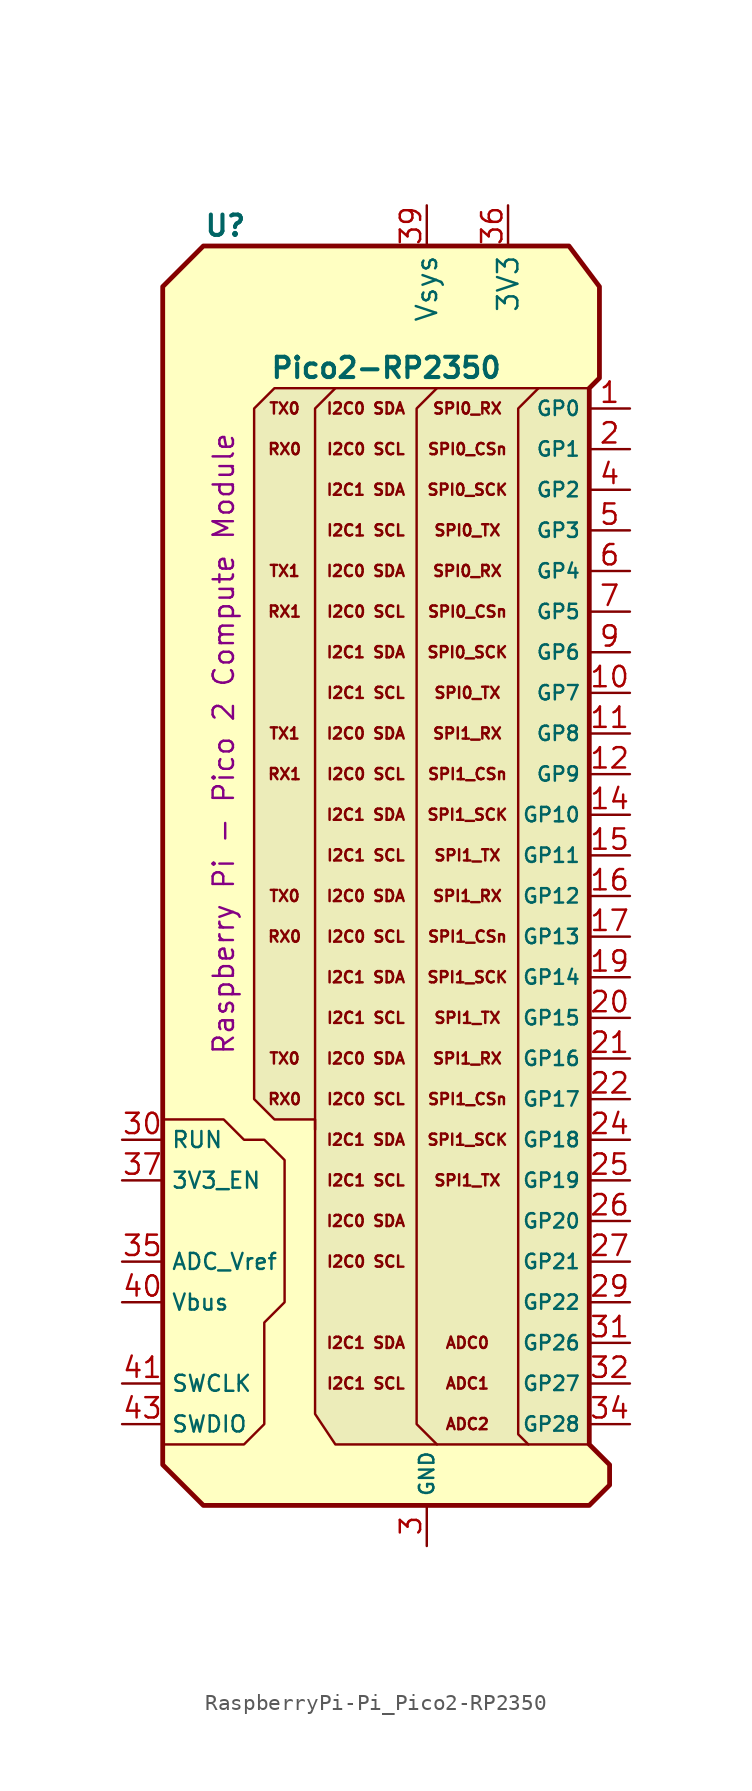
<source format=kicad_sym>
(kicad_symbol_lib
  (version 20241209)
  (generator "kicad_symbol_editor")
  (generator_version "9.0")
  (symbol "RaspberryPi-Pi_Pico2-RP2350"
    (property "Reference" "U"
      (at -13.97 24.13 0)
      (do_not_autoplace)
      (effects (font (size 1.27 1.27) (thickness 0.254) (bold yes)) (justify left)))
    (property "Value" "Pico2-RP2350"
      (at -2.54 15.24 0)
      (do_not_autoplace)
      (effects (font (size 1.27 1.27) (thickness 0.254) (bold yes))))
    (property "Description" "Raspberry Pi - Pico 2 Compute Module"
      (at -12.7 -8.255 90)
      (do_not_autoplace)
      (effects (font (size 1.27 1.27))))
    (symbol "RaspberryPi-Pi_Pico2-RP2350_0_1"
      (polyline (pts (xy -16.51 -52.07) (xy -11.43 -52.07) (xy -10.16 -50.8) (xy -10.16 -44.45) (xy -8.89 -43.18) (xy -8.89 -34.29) (xy -10.16 -33.02) (xy -11.43 -33.02) (xy -12.7 -31.75) (xy -16.51 -31.75)) (stroke (width 0) (type default)) (fill (type color) (color 194 194 194 0.32))))
    (symbol "RaspberryPi-Pi_Pico2-RP2350_1_1"
      (polyline (pts (xy -16.51 -53.34) (xy -13.97 -55.88) (xy 10.16 -55.88) (xy 11.43 -54.61) (xy 11.43 -53.34) (xy 10.16 -52.07) (xy 10.16 13.97) (xy 10.795 14.605) (xy 10.795 20.32) (xy 8.89 22.86) (xy -13.97 22.86) (xy -16.51 20.32) (xy -16.51 -53.34)) (stroke (width 0.3) (type solid)) (fill (type background)))
      (polyline (pts (xy -5.715 13.97) (xy -6.985 12.7) (xy -6.985 -30.48) (xy -6.985 -32.385)) (stroke (width 0) (type default)) (fill (type none)))
      (polyline (pts (xy 0.635 13.97) (xy -0.635 12.7) (xy -0.635 -50.8) (xy 0.635 -52.07)) (stroke (width 0) (type default)) (fill (type none)))
      (polyline (pts (xy 6.985 13.97) (xy 5.715 12.7) (xy 5.715 -51.435) (xy 6.35 -52.07)) (stroke (width 0) (type default)) (fill (type none)))
      (polyline (pts (xy 10.16 13.97) (xy -9.525 13.97) (xy -10.795 12.7) (xy -10.795 -30.48) (xy -9.525 -31.75) (xy -6.985 -31.75) (xy -6.985 -50.165) (xy -5.715 -52.07) (xy 10.16 -52.07) (xy 10.16 13.97)) (stroke (width 0) (type solid)) (fill (type color) (color 132 132 132 0.16)))
      (text "TX0" (at -8.89 12.7 0) (effects (font (size 0.7 0.7))))
      (text "RX0" (at -8.89 10.16 0) (effects (font (size 0.7 0.7))))
      (text "TX1" (at -8.89 2.54 0) (effects (font (size 0.7 0.7))))
      (text "RX1" (at -8.89 0 0) (effects (font (size 0.7 0.7))))
      (text "TX1" (at -8.89 -7.62 0) (effects (font (size 0.7 0.7))))
      (text "RX1" (at -8.89 -10.16 0) (effects (font (size 0.7 0.7))))
      (text "TX0" (at -8.89 -17.78 0) (effects (font (size 0.7 0.7))))
      (text "RX0" (at -8.89 -20.32 0) (effects (font (size 0.7 0.7))))
      (text "TX0" (at -8.89 -27.94 0) (effects (font (size 0.7 0.7))))
      (text "RX0" (at -8.89 -30.48 0) (effects (font (size 0.7 0.7))))
      (text "I2C0 SDA" (at -3.81 12.7 0) (effects (font (size 0.7 0.7))))
      (text "I2C0 SCL" (at -3.81 10.16 0) (effects (font (size 0.7 0.7))))
      (text "I2C1 SDA" (at -3.81 7.62 0) (effects (font (size 0.7 0.7))))
      (text "I2C1 SCL" (at -3.81 5.08 0) (effects (font (size 0.7 0.7))))
      (text "I2C0 SDA" (at -3.81 2.54 0) (effects (font (size 0.7 0.7))))
      (text "I2C0 SCL" (at -3.81 0 0) (effects (font (size 0.7 0.7))))
      (text "I2C1 SDA" (at -3.81 -2.54 0) (effects (font (size 0.7 0.7))))
      (text "I2C1 SCL" (at -3.81 -5.08 0) (effects (font (size 0.7 0.7))))
      (text "I2C0 SDA" (at -3.81 -7.62 0) (effects (font (size 0.7 0.7))))
      (text "I2C0 SCL" (at -3.81 -10.16 0) (effects (font (size 0.7 0.7))))
      (text "I2C1 SDA" (at -3.81 -12.7 0) (effects (font (size 0.7 0.7))))
      (text "I2C1 SCL" (at -3.81 -15.24 0) (effects (font (size 0.7 0.7))))
      (text "I2C0 SDA" (at -3.81 -17.78 0) (effects (font (size 0.7 0.7))))
      (text "I2C0 SCL" (at -3.81 -20.32 0) (effects (font (size 0.7 0.7))))
      (text "I2C1 SDA" (at -3.81 -22.86 0) (effects (font (size 0.7 0.7))))
      (text "I2C1 SCL" (at -3.81 -25.4 0) (effects (font (size 0.7 0.7))))
      (text "I2C0 SDA" (at -3.81 -27.94 0) (effects (font (size 0.7 0.7))))
      (text "I2C0 SCL" (at -3.81 -30.48 0) (effects (font (size 0.7 0.7))))
      (text "I2C1 SDA" (at -3.81 -33.02 0) (effects (font (size 0.7 0.7))))
      (text "I2C1 SCL" (at -3.81 -35.56 0) (effects (font (size 0.7 0.7))))
      (text "I2C0 SDA" (at -3.81 -38.1 0) (effects (font (size 0.7 0.7))))
      (text "I2C0 SCL" (at -3.81 -40.64 0) (effects (font (size 0.7 0.7))))
      (text "I2C1 SDA" (at -3.81 -45.72 0) (effects (font (size 0.7 0.7))))
      (text "I2C1 SCL" (at -3.81 -48.26 0) (effects (font (size 0.7 0.7))))
      (text "SPI0_RX" (at 2.54 12.7 0) (effects (font (size 0.7 0.7))))
      (text "SPI0_CSn" (at 2.54 10.16 0) (effects (font (size 0.7 0.7))))
      (text "SPI0_SCK" (at 2.54 7.62 0) (effects (font (size 0.7 0.7))))
      (text "SPI0_TX" (at 2.54 5.08 0) (effects (font (size 0.7 0.7))))
      (text "SPI0_RX" (at 2.54 2.54 0) (effects (font (size 0.7 0.7))))
      (text "SPI0_CSn" (at 2.54 0 0) (effects (font (size 0.7 0.7))))
      (text "SPI0_SCK" (at 2.54 -2.54 0) (effects (font (size 0.7 0.7))))
      (text "SPI0_TX" (at 2.54 -5.08 0) (effects (font (size 0.7 0.7))))
      (text "SPI1_RX" (at 2.54 -7.62 0) (effects (font (size 0.7 0.7))))
      (text "SPI1_CSn" (at 2.54 -10.16 0) (effects (font (size 0.7 0.7))))
      (text "SPI1_SCK" (at 2.54 -12.7 0) (effects (font (size 0.7 0.7))))
      (text "SPI1_TX" (at 2.54 -15.24 0) (effects (font (size 0.7 0.7))))
      (text "SPI1_RX" (at 2.54 -17.78 0) (effects (font (size 0.7 0.7))))
      (text "SPI1_CSn" (at 2.54 -20.32 0) (effects (font (size 0.7 0.7))))
      (text "SPI1_SCK" (at 2.54 -22.86 0) (effects (font (size 0.7 0.7))))
      (text "SPI1_TX" (at 2.54 -25.4 0) (effects (font (size 0.7 0.7))))
      (text "SPI1_RX" (at 2.54 -27.94 0) (effects (font (size 0.7 0.7))))
      (text "SPI1_CSn" (at 2.54 -30.48 0) (effects (font (size 0.7 0.7))))
      (text "SPI1_SCK" (at 2.54 -33.02 0) (effects (font (size 0.7 0.7))))
      (text "SPI1_TX" (at 2.54 -35.56 0) (effects (font (size 0.7 0.7))))
      (text "ADC0" (at 2.54 -45.72 0) (effects (font (size 0.7 0.7))))
      (text "ADC1" (at 2.54 -48.26 0) (effects (font (size 0.7 0.7))))
      (text "ADC2" (at 2.54 -50.8 0) (effects (font (size 0.7 0.7))))
      (pin passive line (at -19.05 -33.02 0) (length 2.54) (name "RUN" (effects (font (size 1 1)))) (number "30" (effects (font (size 1.27 1.27)))))
      (pin passive line (at -19.05 -35.56 0) (length 2.54) (name "3V3_EN" (effects (font (size 1 1)))) (number "37" (effects (font (size 1.27 1.27)))))
      (pin passive line (at -19.05 -40.64 0) (length 2.54) (name "ADC_Vref" (effects (font (size 1 1)))) (number "35" (effects (font (size 1.27 1.27)))))
      (pin power_out line (at -19.05 -43.18 0) (length 2.54) (name "Vbus" (effects (font (size 1 1)))) (number "40" (effects (font (size 1.27 1.27)))))
      (pin power_out line (at -19.05 -48.26 0) (length 2.54) (name "SWCLK" (effects (font (size 1 1)))) (number "41" (effects (font (size 1.27 1.27)))))
      (pin power_out line (at -19.05 -50.8 0) (length 2.54) (name "SWDIO" (effects (font (size 1 1)))) (number "43" (effects (font (size 1.27 1.27)))))
      (pin power_in line (at 0 25.4 270) (length 2.54) (name "Vsys" (effects (font (size 1.27 1.27)))) (number "39" (effects (font (size 1.27 1.27)))))
      (pin power_in line (at 0 -58.42 90) (length 2.54) (hide yes) (name "GND" (effects (font (size 0.9 0.9)))) (number "13" (effects (font (size 1.27 1.27)))))
      (pin power_in line (at 0 -58.42 90) (length 2.54) (hide yes) (name "GND" (effects (font (size 0.9 0.9)))) (number "18" (effects (font (size 1.27 1.27)))))
      (pin power_in line (at 0 -58.42 90) (length 2.54) (hide yes) (name "GND" (effects (font (size 0.9 0.9)))) (number "23" (effects (font (size 1.27 1.27)))))
      (pin power_in line (at 0 -58.42 90) (length 2.54) (hide yes) (name "GND" (effects (font (size 0.9 0.9)))) (number "28" (effects (font (size 1.27 1.27)))))
      (pin power_in line (at 0 -58.42 90) (length 2.54) (name "GND" (effects (font (size 0.9 0.9)))) (number "3" (effects (font (size 1.27 1.27)))))
      (pin power_in line (at 0 -58.42 90) (length 2.54) (hide yes) (name "GND" (effects (font (size 0.9 0.9)))) (number "33" (effects (font (size 1.27 1.27)))))
      (pin power_in line (at 0 -58.42 90) (length 2.54) (hide yes) (name "GND" (effects (font (size 0.9 0.9)))) (number "38" (effects (font (size 1.27 1.27)))))
      (pin power_in line (at 0 -58.42 90) (length 2.54) (hide yes) (name "GND" (effects (font (size 0.9 0.9)))) (number "42" (effects (font (size 1.27 1.27)))))
      (pin power_in line (at 0 -58.42 90) (length 2.54) (hide yes) (name "GND" (effects (font (size 0.9 0.9)))) (number "8" (effects (font (size 1.27 1.27)))))
      (pin power_out line (at 5.08 25.4 270) (length 2.54) (name "3V3" (effects (font (size 1.27 1.27)))) (number "36" (effects (font (size 1.27 1.27)))))
      (pin bidirectional line (at 12.7 12.7 180) (length 2.54) (name "GP0" (effects (font (size 0.9 0.9)))) (number "1" (effects (font (size 1.27 1.27)))))
      (pin bidirectional line (at 12.7 10.16 180) (length 2.54) (name "GP1" (effects (font (size 0.9 0.9)))) (number "2" (effects (font (size 1.27 1.27)))))
      (pin bidirectional line (at 12.7 7.62 180) (length 2.54) (name "GP2" (effects (font (size 0.9 0.9)))) (number "4" (effects (font (size 1.27 1.27)))))
      (pin bidirectional line (at 12.7 5.08 180) (length 2.54) (name "GP3" (effects (font (size 0.9 0.9)))) (number "5" (effects (font (size 1.27 1.27)))))
      (pin bidirectional line (at 12.7 2.54 180) (length 2.54) (name "GP4" (effects (font (size 0.9 0.9)))) (number "6" (effects (font (size 1.27 1.27)))))
      (pin bidirectional line (at 12.7 0 180) (length 2.54) (name "GP5" (effects (font (size 0.9 0.9)))) (number "7" (effects (font (size 1.27 1.27)))))
      (pin bidirectional line (at 12.7 -2.54 180) (length 2.54) (name "GP6" (effects (font (size 0.9 0.9)))) (number "9" (effects (font (size 1.27 1.27)))))
      (pin bidirectional line (at 12.7 -5.08 180) (length 2.54) (name "GP7" (effects (font (size 0.9 0.9)))) (number "10" (effects (font (size 1.27 1.27)))))
      (pin bidirectional line (at 12.7 -7.62 180) (length 2.54) (name "GP8" (effects (font (size 0.9 0.9)))) (number "11" (effects (font (size 1.27 1.27)))))
      (pin bidirectional line (at 12.7 -10.16 180) (length 2.54) (name "GP9" (effects (font (size 0.9 0.9)))) (number "12" (effects (font (size 1.27 1.27)))))
      (pin bidirectional line (at 12.7 -12.7 180) (length 2.54) (name "GP10" (effects (font (size 0.9 0.9)))) (number "14" (effects (font (size 1.27 1.27)))))
      (pin bidirectional line (at 12.7 -15.24 180) (length 2.54) (name "GP11" (effects (font (size 0.9 0.9)))) (number "15" (effects (font (size 1.27 1.27)))))
      (pin bidirectional line (at 12.7 -17.78 180) (length 2.54) (name "GP12" (effects (font (size 0.9 0.9)))) (number "16" (effects (font (size 1.27 1.27)))))
      (pin bidirectional line (at 12.7 -20.32 180) (length 2.54) (name "GP13" (effects (font (size 0.9 0.9)))) (number "17" (effects (font (size 1.27 1.27)))))
      (pin bidirectional line (at 12.7 -22.86 180) (length 2.54) (name "GP14" (effects (font (size 0.9 0.9)))) (number "19" (effects (font (size 1.27 1.27)))))
      (pin bidirectional line (at 12.7 -25.4 180) (length 2.54) (name "GP15" (effects (font (size 0.9 0.9)))) (number "20" (effects (font (size 1.27 1.27)))))
      (pin bidirectional line (at 12.7 -27.94 180) (length 2.54) (name "GP16" (effects (font (size 0.9 0.9)))) (number "21" (effects (font (size 1.27 1.27)))))
      (pin bidirectional line (at 12.7 -30.48 180) (length 2.54) (name "GP17" (effects (font (size 0.9 0.9)))) (number "22" (effects (font (size 1.27 1.27)))))
      (pin bidirectional line (at 12.7 -33.02 180) (length 2.54) (name "GP18" (effects (font (size 0.9 0.9)))) (number "24" (effects (font (size 1.27 1.27)))))
      (pin bidirectional line (at 12.7 -35.56 180) (length 2.54) (name "GP19" (effects (font (size 0.9 0.9)))) (number "25" (effects (font (size 1.27 1.27)))))
      (pin bidirectional line (at 12.7 -38.1 180) (length 2.54) (name "GP20" (effects (font (size 0.9 0.9)))) (number "26" (effects (font (size 1.27 1.27)))))
      (pin bidirectional line (at 12.7 -40.64 180) (length 2.54) (name "GP21" (effects (font (size 0.9 0.9)))) (number "27" (effects (font (size 1.27 1.27)))))
      (pin bidirectional line (at 12.7 -43.18 180) (length 2.54) (name "GP22" (effects (font (size 0.9 0.9)))) (number "29" (effects (font (size 1.27 1.27)))))
      (pin bidirectional line (at 12.7 -45.72 180) (length 2.54) (name "GP26" (effects (font (size 0.9 0.9)))) (number "31" (effects (font (size 1.27 1.27)))))
      (pin bidirectional line (at 12.7 -48.26 180) (length 2.54) (name "GP27" (effects (font (size 0.9 0.9)))) (number "32" (effects (font (size 1.27 1.27)))))
      (pin bidirectional line (at 12.7 -50.8 180) (length 2.54) (name "GP28" (effects (font (size 0.9 0.9)))) (number "34" (effects (font (size 1.27 1.27))))))))
</source>
